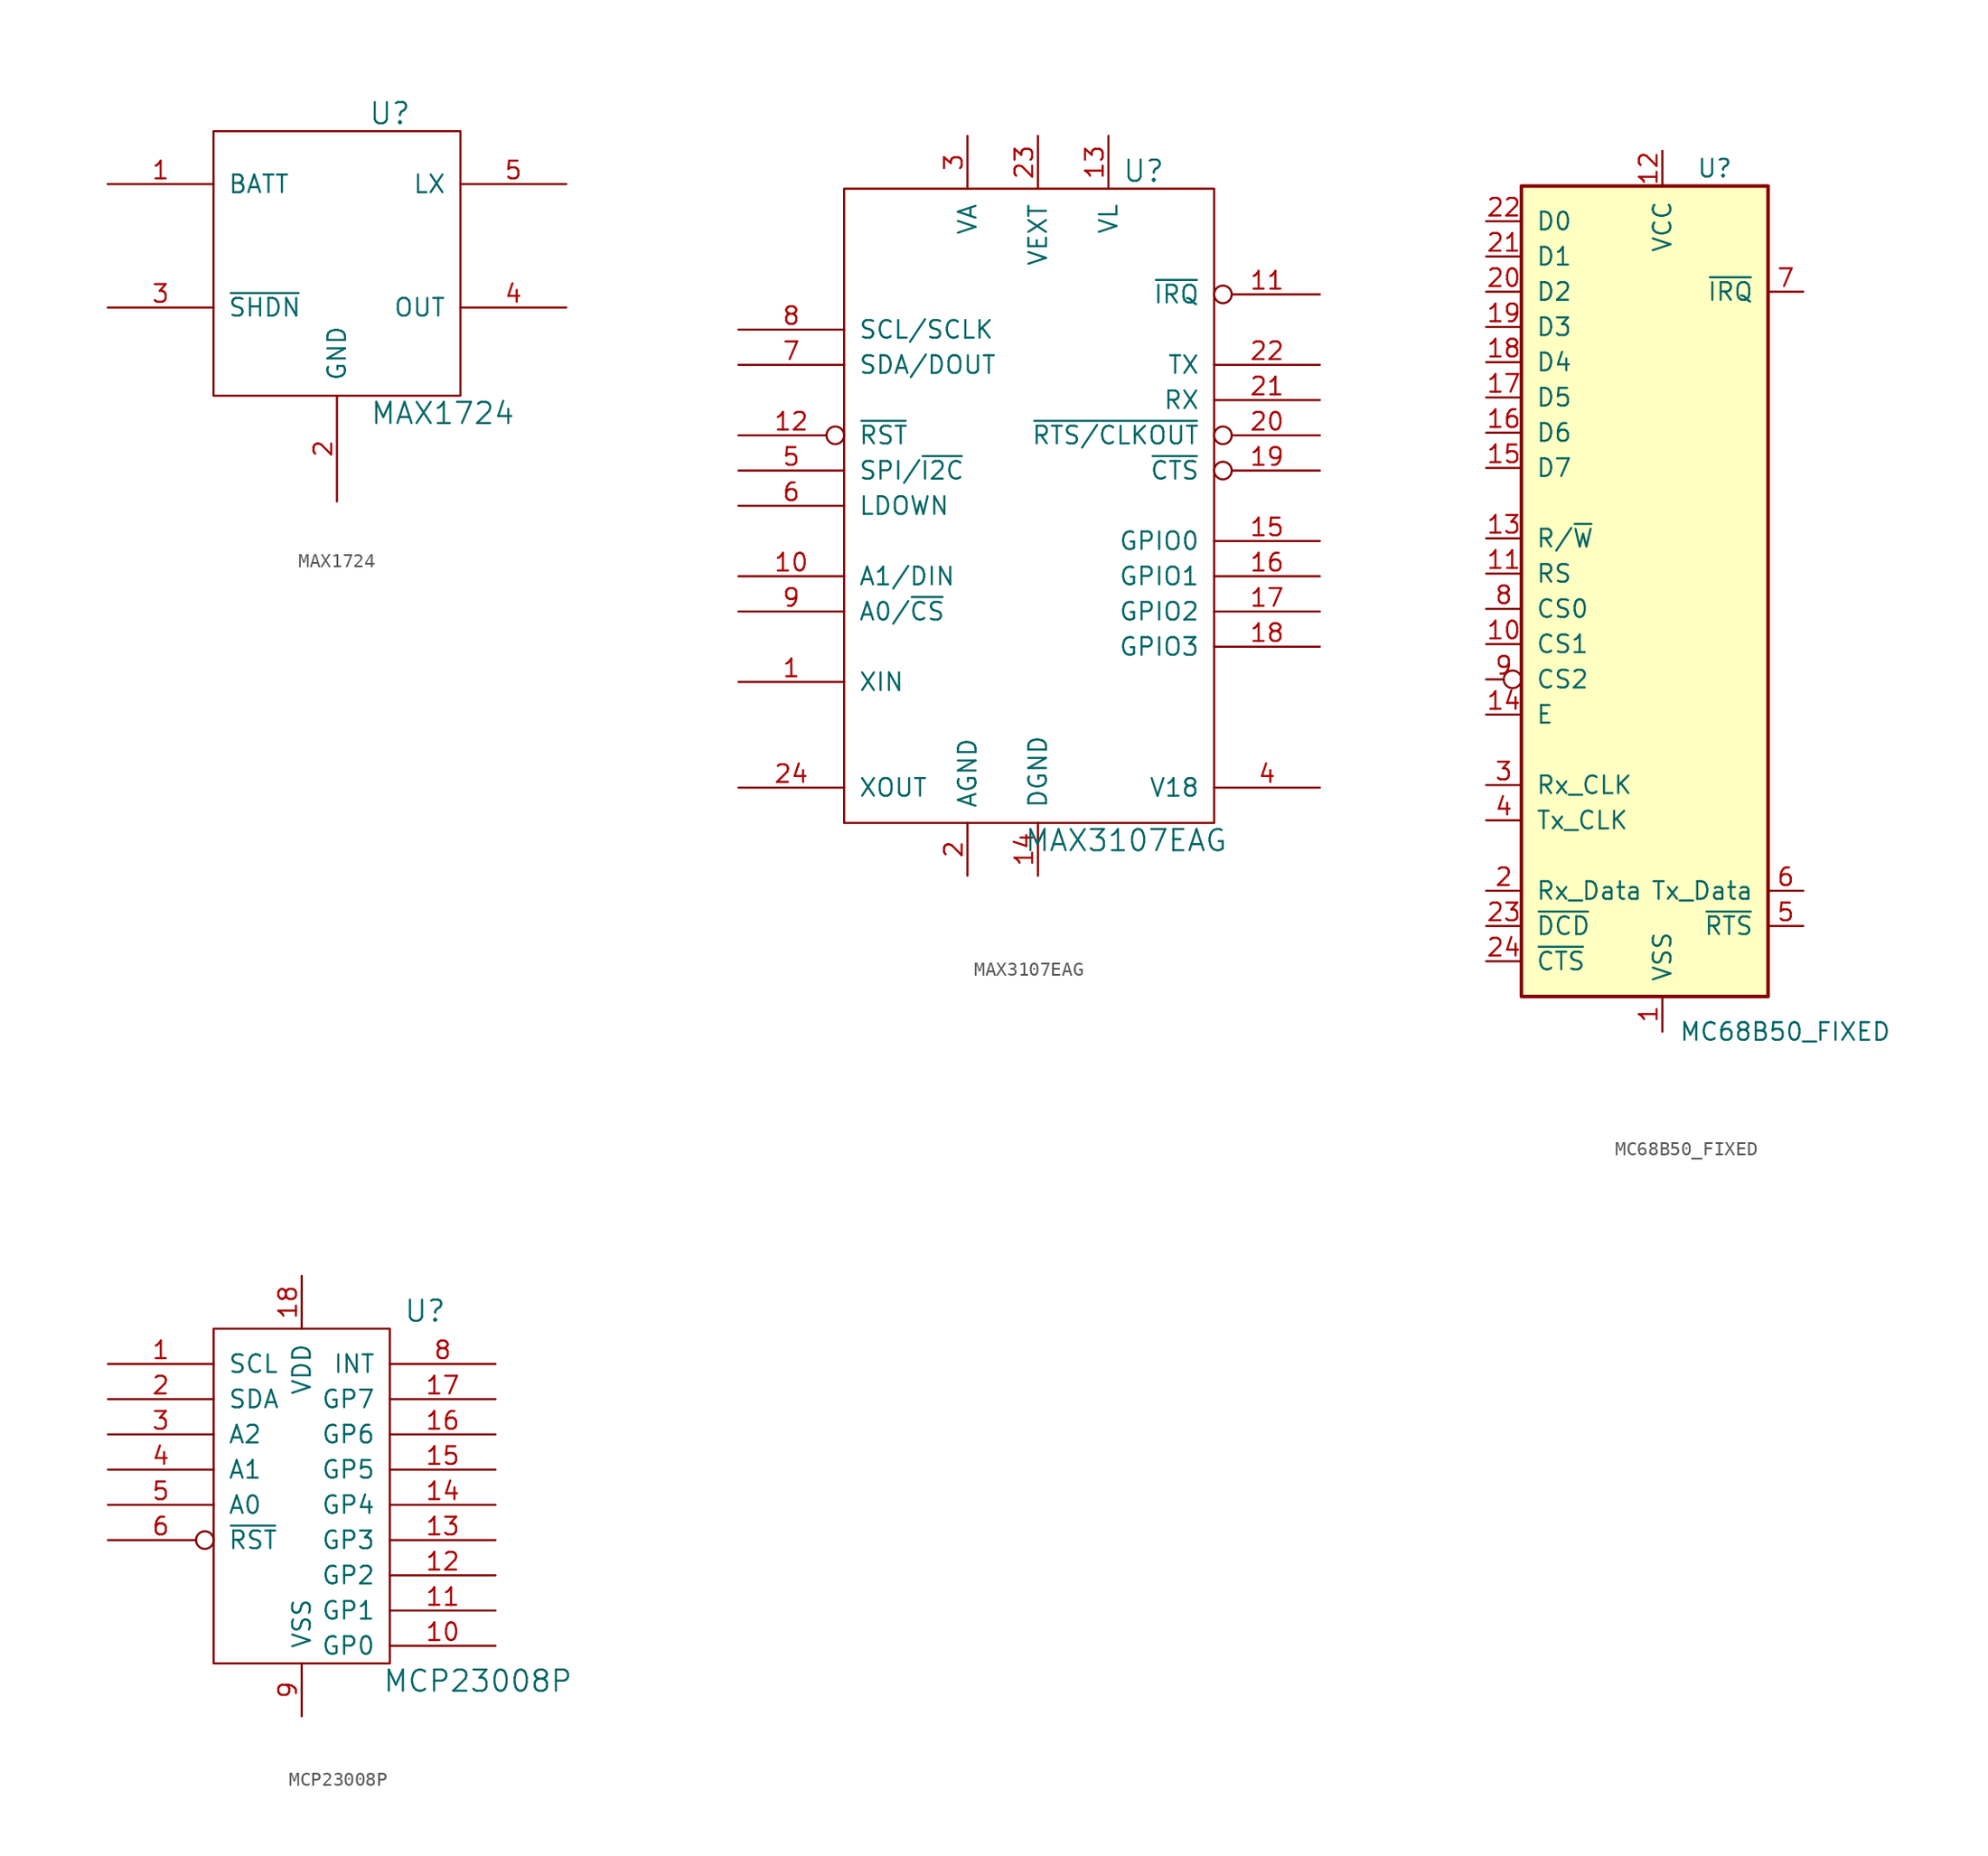
<source format=kicad_sym>
(kicad_symbol_lib
  (version 20220914)
  (generator kicad_symbol_editor)
  (symbol "MAX1724"
    (pin_names
      (offset 1.016))
    (property "Reference" "U"
      (at 3.81 20.32 0)
      (effects (font (size 1.524 1.524))))
    (property "Value" "MAX1724"
      (at 7.62 -1.27 0)
      (effects (font (size 1.524 1.524))))
    (property "Footprint" ""
      (at 0 0 0)
      (effects (font (size 1.524 1.524))))
    (property "Datasheet" ""
      (at 0 0 0)
      (effects (font (size 1.524 1.524))))
    (symbol "MAX1724_0_1"
      (rectangle (start -8.89 0) (end 8.89 19.05) (stroke (width 0) (type default)) (fill (type none))))
    (symbol "MAX1724_1_1"
      (pin power_in line (at -16.51 15.24 0) (length 7.62) (name "BATT" (effects (font (size 1.27 1.27)))) (number "1" (effects (font (size 1.27 1.27)))))
      (pin power_in line (at 0 -7.62 90) (length 7.62) (name "GND" (effects (font (size 1.27 1.27)))) (number "2" (effects (font (size 1.27 1.27)))))
      (pin passive line (at -16.51 6.35 0) (length 7.62) (name "~{SHDN}" (effects (font (size 1.27 1.27)))) (number "3" (effects (font (size 1.27 1.27)))))
      (pin power_out line (at 16.51 6.35 180) (length 7.62) (name "OUT" (effects (font (size 1.27 1.27)))) (number "4" (effects (font (size 1.27 1.27)))))
      (pin passive line (at 16.51 15.24 180) (length 7.62) (name "LX" (effects (font (size 1.27 1.27)))) (number "5" (effects (font (size 1.27 1.27)))))))
  (symbol "MAX3107EAG"
    (pin_names
      (offset 1.016))
    (property "Reference" "U"
      (at 7.62 24.13 0)
      (effects (font (size 1.524 1.524))))
    (property "Value" "MAX3107EAG"
      (at 6.35 -24.13 0)
      (effects (font (size 1.524 1.524))))
    (property "Footprint" ""
      (at 1.27 -6.35 0)
      (effects (font (size 1.524 1.524))))
    (property "Datasheet" ""
      (at 1.27 -6.35 0)
      (effects (font (size 1.524 1.524))))
    (symbol "MAX3107EAG_0_1"
      (rectangle (start -13.97 -22.86) (end 12.7 22.86) (stroke (width 0) (type default)) (fill (type none))))
    (symbol "MAX3107EAG_1_1"
      (pin passive line (at -21.59 -12.7 0) (length 7.62) (name "XIN" (effects (font (size 1.27 1.27)))) (number "1" (effects (font (size 1.27 1.27)))))
      (pin input line (at -21.59 -5.08 0) (length 7.62) (name "A1/DIN" (effects (font (size 1.27 1.27)))) (number "10" (effects (font (size 1.27 1.27)))))
      (pin open_collector inverted (at 20.32 15.24 180) (length 7.62) (name "~{IRQ}" (effects (font (size 1.27 1.27)))) (number "11" (effects (font (size 1.27 1.27)))))
      (pin input inverted (at -21.59 5.08 0) (length 7.62) (name "~{RST}" (effects (font (size 1.27 1.27)))) (number "12" (effects (font (size 1.27 1.27)))))
      (pin power_in line (at 5.08 26.67 270) (length 3.81) (name "VL" (effects (font (size 1.27 1.27)))) (number "13" (effects (font (size 1.27 1.27)))))
      (pin power_in line (at 0 -26.67 90) (length 3.81) (name "DGND" (effects (font (size 1.27 1.27)))) (number "14" (effects (font (size 1.27 1.27)))))
      (pin tri_state line (at 20.32 -2.54 180) (length 7.62) (name "GPIO0" (effects (font (size 1.27 1.27)))) (number "15" (effects (font (size 1.27 1.27)))))
      (pin tri_state line (at 20.32 -5.08 180) (length 7.62) (name "GPIO1" (effects (font (size 1.27 1.27)))) (number "16" (effects (font (size 1.27 1.27)))))
      (pin tri_state line (at 20.32 -7.62 180) (length 7.62) (name "GPIO2" (effects (font (size 1.27 1.27)))) (number "17" (effects (font (size 1.27 1.27)))))
      (pin tri_state line (at 20.32 -10.16 180) (length 7.62) (name "GPIO3" (effects (font (size 1.27 1.27)))) (number "18" (effects (font (size 1.27 1.27)))))
      (pin input inverted (at 20.32 2.54 180) (length 7.62) (name "~{CTS}" (effects (font (size 1.27 1.27)))) (number "19" (effects (font (size 1.27 1.27)))))
      (pin power_in line (at -5.08 -26.67 90) (length 3.81) (name "AGND" (effects (font (size 1.27 1.27)))) (number "2" (effects (font (size 1.27 1.27)))))
      (pin output inverted (at 20.32 5.08 180) (length 7.62) (name "~{RTS/CLKOUT}" (effects (font (size 1.27 1.27)))) (number "20" (effects (font (size 1.27 1.27)))))
      (pin input line (at 20.32 7.62 180) (length 7.62) (name "RX" (effects (font (size 1.27 1.27)))) (number "21" (effects (font (size 1.27 1.27)))))
      (pin output line (at 20.32 10.16 180) (length 7.62) (name "TX" (effects (font (size 1.27 1.27)))) (number "22" (effects (font (size 1.27 1.27)))))
      (pin power_in line (at 0 26.67 270) (length 3.81) (name "VEXT" (effects (font (size 1.27 1.27)))) (number "23" (effects (font (size 1.27 1.27)))))
      (pin passive line (at -21.59 -20.32 0) (length 7.62) (name "XOUT" (effects (font (size 1.27 1.27)))) (number "24" (effects (font (size 1.27 1.27)))))
      (pin power_in line (at -5.08 26.67 270) (length 3.81) (name "VA" (effects (font (size 1.27 1.27)))) (number "3" (effects (font (size 1.27 1.27)))))
      (pin power_out line (at 20.32 -20.32 180) (length 7.62) (name "V18" (effects (font (size 1.27 1.27)))) (number "4" (effects (font (size 1.27 1.27)))))
      (pin input line (at -21.59 2.54 0) (length 7.62) (name "SPI/~{I2C}" (effects (font (size 1.27 1.27)))) (number "5" (effects (font (size 1.27 1.27)))))
      (pin input line (at -21.59 0 0) (length 7.62) (name "LDOWN" (effects (font (size 1.27 1.27)))) (number "6" (effects (font (size 1.27 1.27)))))
      (pin output line (at -21.59 10.16 0) (length 7.62) (name "SDA/DOUT" (effects (font (size 1.27 1.27)))) (number "7" (effects (font (size 1.27 1.27)))))
      (pin input line (at -21.59 12.7 0) (length 7.62) (name "SCL/SCLK" (effects (font (size 1.27 1.27)))) (number "8" (effects (font (size 1.27 1.27)))))
      (pin input line (at -21.59 -7.62 0) (length 7.62) (name "A0/~{CS}" (effects (font (size 1.27 1.27)))) (number "9" (effects (font (size 1.27 1.27)))))))
  (symbol "MC68B50_FIXED"
    (pin_names
      (offset 1.016))
    (property "Reference" "U"
      (at 5.08 31.75 0)
      (effects (font (size 1.27 1.27)) (justify right)))
    (property "Value" "MC68B50_FIXED"
      (at 16.51 -30.48 0)
      (effects (font (size 1.27 1.27)) (justify right)))
    (symbol "MC68B50_FIXED_1_1"
      (rectangle (start -10.16 -27.94) (end 7.62 30.48) (stroke (width 0.254) (type default)) (fill (type background)))
      (pin power_in line (at 0 -30.48 90) (length 2.54) (name "VSS" (effects (font (size 1.27 1.27)))) (number "1" (effects (font (size 1.27 1.27)))))
      (pin input line (at -12.7 -2.54 0) (length 2.54) (name "CS1" (effects (font (size 1.27 1.27)))) (number "10" (effects (font (size 1.27 1.27)))))
      (pin input line (at -12.7 2.54 0) (length 2.54) (name "RS" (effects (font (size 1.27 1.27)))) (number "11" (effects (font (size 1.27 1.27)))))
      (pin power_in line (at 0 33.02 270) (length 2.54) (name "VCC" (effects (font (size 1.27 1.27)))) (number "12" (effects (font (size 1.27 1.27)))))
      (pin input line (at -12.7 5.08 0) (length 2.54) (name "R/~{W}" (effects (font (size 1.27 1.27)))) (number "13" (effects (font (size 1.27 1.27)))))
      (pin input line (at -12.7 -7.62 0) (length 2.54) (name "E" (effects (font (size 1.27 1.27)))) (number "14" (effects (font (size 1.27 1.27)))))
      (pin bidirectional line (at -12.7 10.16 0) (length 2.54) (name "D7" (effects (font (size 1.27 1.27)))) (number "15" (effects (font (size 1.27 1.27)))))
      (pin bidirectional line (at -12.7 12.7 0) (length 2.54) (name "D6" (effects (font (size 1.27 1.27)))) (number "16" (effects (font (size 1.27 1.27)))))
      (pin bidirectional line (at -12.7 15.24 0) (length 2.54) (name "D5" (effects (font (size 1.27 1.27)))) (number "17" (effects (font (size 1.27 1.27)))))
      (pin bidirectional line (at -12.7 17.78 0) (length 2.54) (name "D4" (effects (font (size 1.27 1.27)))) (number "18" (effects (font (size 1.27 1.27)))))
      (pin bidirectional line (at -12.7 20.32 0) (length 2.54) (name "D3" (effects (font (size 1.27 1.27)))) (number "19" (effects (font (size 1.27 1.27)))))
      (pin input line (at -12.7 -20.32 0) (length 2.54) (name "Rx_Data" (effects (font (size 1.27 1.27)))) (number "2" (effects (font (size 1.27 1.27)))))
      (pin bidirectional line (at -12.7 22.86 0) (length 2.54) (name "D2" (effects (font (size 1.27 1.27)))) (number "20" (effects (font (size 1.27 1.27)))))
      (pin bidirectional line (at -12.7 25.4 0) (length 2.54) (name "D1" (effects (font (size 1.27 1.27)))) (number "21" (effects (font (size 1.27 1.27)))))
      (pin bidirectional line (at -12.7 27.94 0) (length 2.54) (name "D0" (effects (font (size 1.27 1.27)))) (number "22" (effects (font (size 1.27 1.27)))))
      (pin input line (at -12.7 -22.86 0) (length 2.54) (name "~{DCD}" (effects (font (size 1.27 1.27)))) (number "23" (effects (font (size 1.27 1.27)))))
      (pin input line (at -12.7 -25.4 0) (length 2.54) (name "~{CTS}" (effects (font (size 1.27 1.27)))) (number "24" (effects (font (size 1.27 1.27)))))
      (pin input line (at -12.7 -12.7 0) (length 2.54) (name "Rx_CLK" (effects (font (size 1.27 1.27)))) (number "3" (effects (font (size 1.27 1.27)))))
      (pin input line (at -12.7 -15.24 0) (length 2.54) (name "Tx_CLK" (effects (font (size 1.27 1.27)))) (number "4" (effects (font (size 1.27 1.27)))))
      (pin output line (at 10.16 -22.86 180) (length 2.54) (name "~{RTS}" (effects (font (size 1.27 1.27)))) (number "5" (effects (font (size 1.27 1.27)))))
      (pin output line (at 10.16 -20.32 180) (length 2.54) (name "Tx_Data" (effects (font (size 1.27 1.27)))) (number "6" (effects (font (size 1.27 1.27)))))
      (pin output line (at 10.16 22.86 180) (length 2.54) (name "~{IRQ}" (effects (font (size 1.27 1.27)))) (number "7" (effects (font (size 1.27 1.27)))))
      (pin input line (at -12.7 0 0) (length 2.54) (name "CS0" (effects (font (size 1.27 1.27)))) (number "8" (effects (font (size 1.27 1.27)))))
      (pin input inverted (at -12.7 -5.08 0) (length 2.54) (name "CS2" (effects (font (size 1.27 1.27)))) (number "9" (effects (font (size 1.27 1.27)))))))
  (symbol "MCP23008P"
    (pin_names
      (offset 1.016))
    (property "Reference" "U"
      (at 7.62 25.4 0)
      (effects (font (size 1.524 1.524))))
    (property "Value" "MCP23008P"
      (at 11.43 -1.27 0)
      (effects (font (size 1.524 1.524))))
    (property "Footprint" ""
      (at 0 0 0)
      (effects (font (size 1.524 1.524))))
    (property "Datasheet" ""
      (at 0 0 0)
      (effects (font (size 1.524 1.524))))
    (symbol "MCP23008P_0_1"
      (rectangle (start -7.62 0) (end 5.08 24.13) (stroke (width 0) (type default)) (fill (type none))))
    (symbol "MCP23008P_1_1"
      (pin input line (at -15.24 21.59 0) (length 7.62) (name "SCL" (effects (font (size 1.27 1.27)))) (number "1" (effects (font (size 1.27 1.27)))))
      (pin output line (at 12.7 1.27 180) (length 7.62) (name "GP0" (effects (font (size 1.27 1.27)))) (number "10" (effects (font (size 1.27 1.27)))))
      (pin output line (at 12.7 3.81 180) (length 7.62) (name "GP1" (effects (font (size 1.27 1.27)))) (number "11" (effects (font (size 1.27 1.27)))))
      (pin output line (at 12.7 6.35 180) (length 7.62) (name "GP2" (effects (font (size 1.27 1.27)))) (number "12" (effects (font (size 1.27 1.27)))))
      (pin output line (at 12.7 8.89 180) (length 7.62) (name "GP3" (effects (font (size 1.27 1.27)))) (number "13" (effects (font (size 1.27 1.27)))))
      (pin output line (at 12.7 11.43 180) (length 7.62) (name "GP4" (effects (font (size 1.27 1.27)))) (number "14" (effects (font (size 1.27 1.27)))))
      (pin output line (at 12.7 13.97 180) (length 7.62) (name "GP5" (effects (font (size 1.27 1.27)))) (number "15" (effects (font (size 1.27 1.27)))))
      (pin output line (at 12.7 16.51 180) (length 7.62) (name "GP6" (effects (font (size 1.27 1.27)))) (number "16" (effects (font (size 1.27 1.27)))))
      (pin bidirectional line (at 12.7 19.05 180) (length 7.62) (name "GP7" (effects (font (size 1.27 1.27)))) (number "17" (effects (font (size 1.27 1.27)))))
      (pin power_in line (at -1.27 27.94 270) (length 3.81) (name "VDD" (effects (font (size 1.27 1.27)))) (number "18" (effects (font (size 1.27 1.27)))))
      (pin input line (at -15.24 19.05 0) (length 7.62) (name "SDA" (effects (font (size 1.27 1.27)))) (number "2" (effects (font (size 1.27 1.27)))))
      (pin input line (at -15.24 16.51 0) (length 7.62) (name "A2" (effects (font (size 1.27 1.27)))) (number "3" (effects (font (size 1.27 1.27)))))
      (pin input line (at -15.24 13.97 0) (length 7.62) (name "A1" (effects (font (size 1.27 1.27)))) (number "4" (effects (font (size 1.27 1.27)))))
      (pin input line (at -15.24 11.43 0) (length 7.62) (name "A0" (effects (font (size 1.27 1.27)))) (number "5" (effects (font (size 1.27 1.27)))))
      (pin input inverted (at -15.24 8.89 0) (length 7.62) (name "~{RST}" (effects (font (size 1.27 1.27)))) (number "6" (effects (font (size 1.27 1.27)))))
      (pin output line (at 12.7 21.59 180) (length 7.62) (name "INT" (effects (font (size 1.27 1.27)))) (number "8" (effects (font (size 1.27 1.27)))))
      (pin power_in line (at -1.27 -3.81 90) (length 3.81) (name "VSS" (effects (font (size 1.27 1.27)))) (number "9" (effects (font (size 1.27 1.27))))))))
</source>
